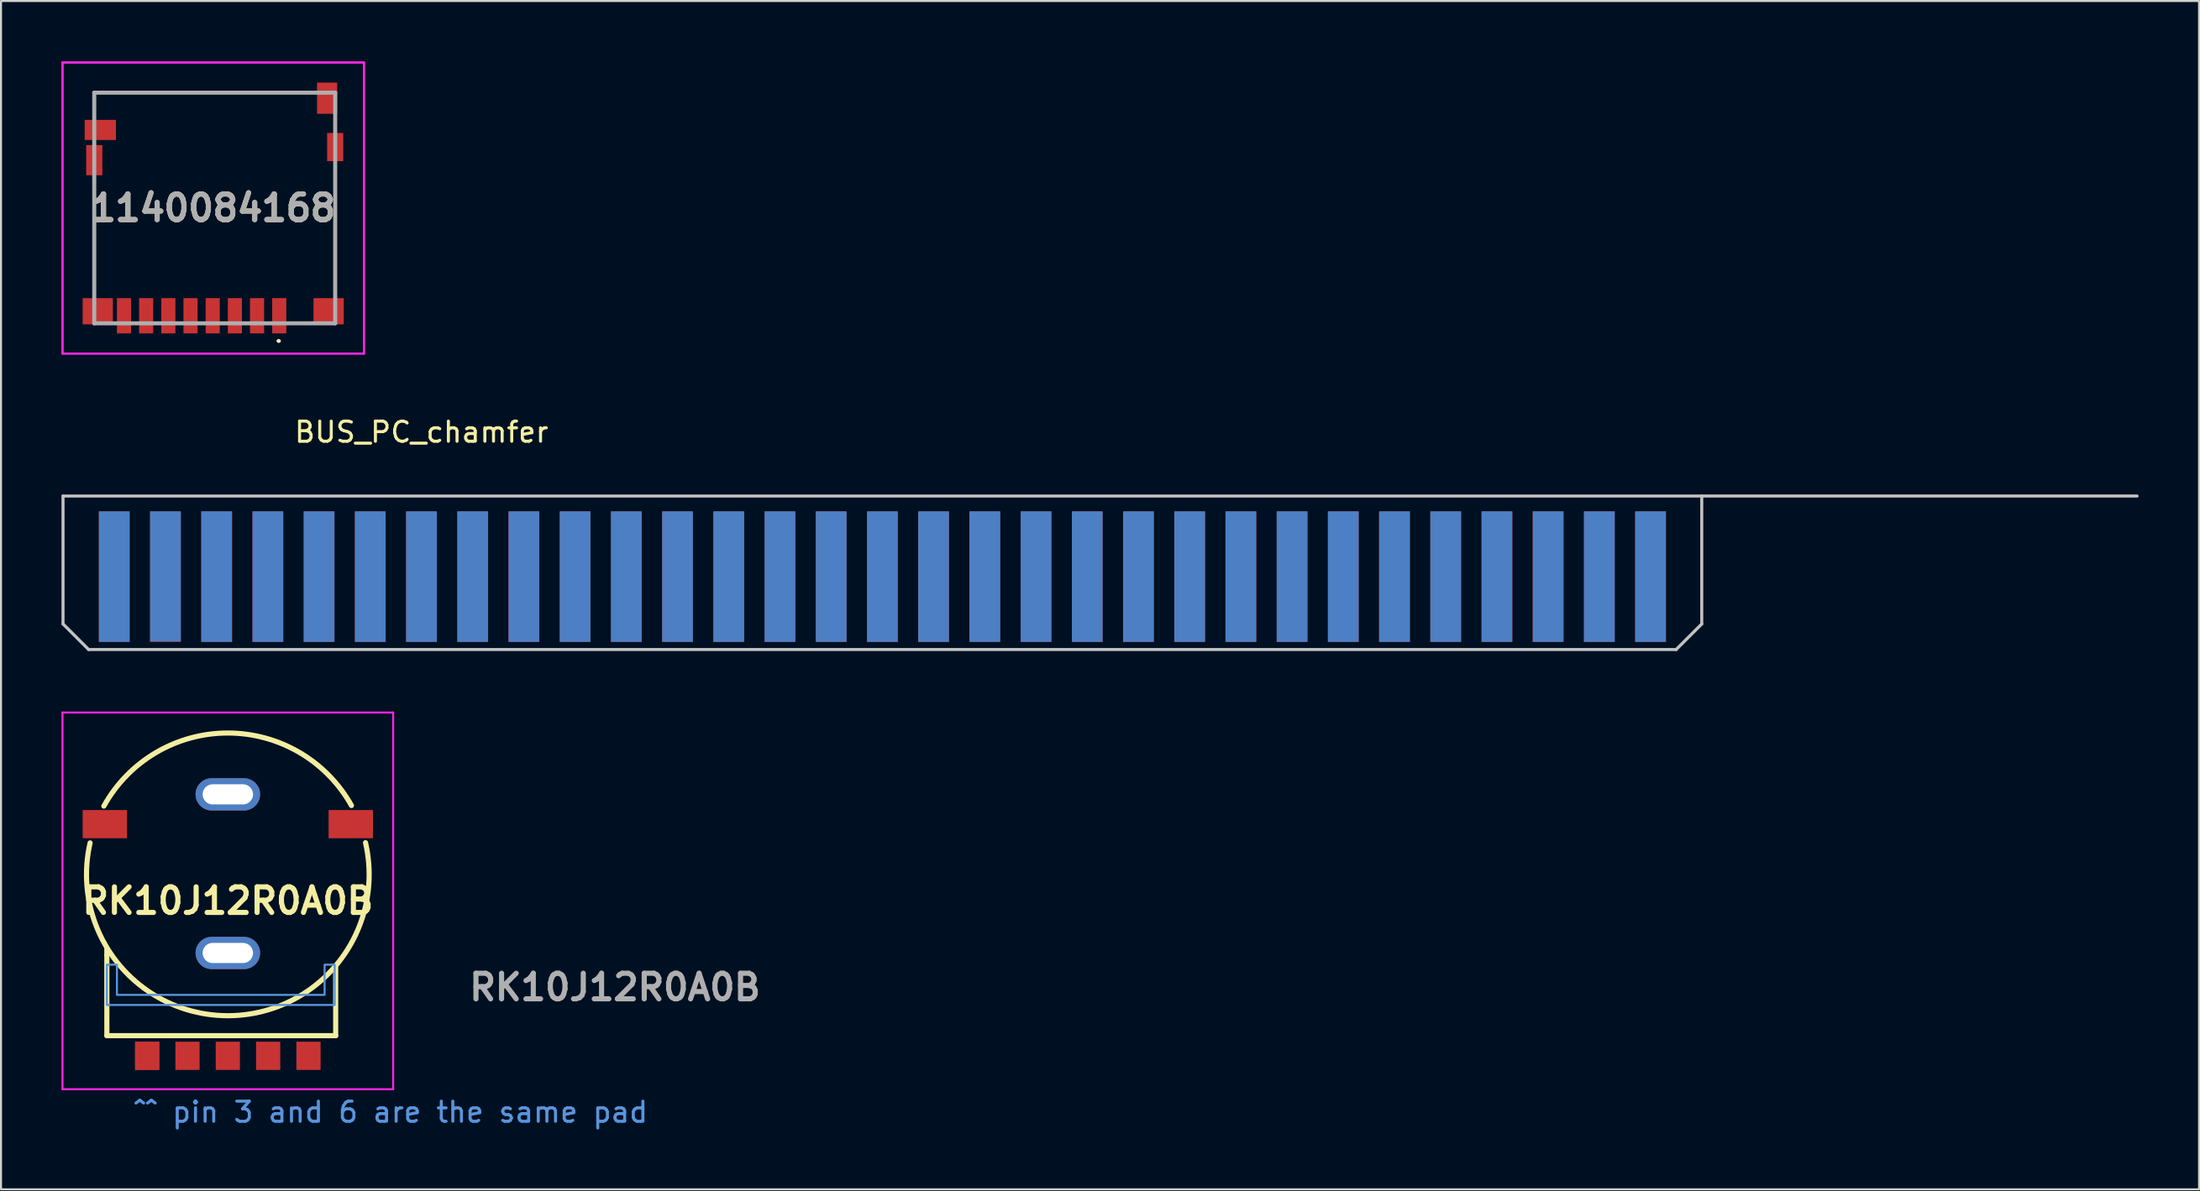
<source format=kicad_pcb>
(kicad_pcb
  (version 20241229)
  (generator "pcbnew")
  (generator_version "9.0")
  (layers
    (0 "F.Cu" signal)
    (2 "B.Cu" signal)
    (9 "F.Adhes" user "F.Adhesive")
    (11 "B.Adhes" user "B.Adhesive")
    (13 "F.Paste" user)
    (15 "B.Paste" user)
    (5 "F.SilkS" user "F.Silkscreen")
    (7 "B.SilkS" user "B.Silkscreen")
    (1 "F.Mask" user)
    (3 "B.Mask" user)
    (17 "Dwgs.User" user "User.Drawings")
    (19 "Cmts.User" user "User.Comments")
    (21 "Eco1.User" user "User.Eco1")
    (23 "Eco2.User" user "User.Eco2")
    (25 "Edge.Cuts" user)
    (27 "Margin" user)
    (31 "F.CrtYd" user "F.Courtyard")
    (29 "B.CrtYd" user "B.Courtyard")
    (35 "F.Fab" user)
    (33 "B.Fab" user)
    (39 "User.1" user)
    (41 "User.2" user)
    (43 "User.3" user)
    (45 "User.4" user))
  (footprint "BUS_PC_chamfer"
    (layer "F.Cu")
    (at 40.716 25.383)
    (property "Reference" "BUS_PC_chamfer" (at -22.86 -6.985 0) (layer "F.SilkS") (effects (font (size 1 1) (thickness 0.15))))
    (attr through_hole)
    (fp_line (start -40.64 -3.81) (end 40.64 -3.81) (stroke (width 0.15) (type solid)) (layer "Dwgs.User"))
    (fp_line (start -40.64 2.54) (end -40.64 -3.81) (stroke (width 0.15) (type solid)) (layer "Dwgs.User"))
    (fp_line (start -39.37 3.81) (end -40.64 2.54) (stroke (width 0.152) (type solid)) (layer "Dwgs.User"))
    (fp_line (start 39.37 3.81) (end -39.37 3.81) (stroke (width 0.15) (type solid)) (layer "Dwgs.User"))
    (fp_line (start 40.64 -3.81) (end 40.64 2.54) (stroke (width 0.15) (type solid)) (layer "Dwgs.User"))
    (fp_line (start 40.64 2.54) (end 39.37 3.81) (stroke (width 0.152) (type solid)) (layer "Dwgs.User"))
    (fp_line (start 62.23 -3.81) (end 40.64 -3.81) (stroke (width 0.152) (type solid)) (layer "Dwgs.User"))
    (pad "1" connect rect (at 38.1 0.191) (size 1.524 6.478) (layers "B.Cu" "B.Mask"))
    (pad "2" connect rect (at 35.56 0.191) (size 1.524 6.478) (layers "B.Cu" "B.Mask"))
    (pad "3" connect rect (at 33.02 0.191) (size 1.524 6.478) (layers "B.Cu" "B.Mask"))
    (pad "4" connect rect (at 30.48 0.191) (size 1.524 6.478) (layers "B.Cu" "B.Mask"))
    (pad "5" connect rect (at 27.94 0.191) (size 1.524 6.478) (layers "B.Cu" "B.Mask"))
    (pad "6" connect rect (at 25.4 0.191) (size 1.524 6.478) (layers "B.Cu" "B.Mask"))
    (pad "7" connect rect (at 22.86 0.191) (size 1.524 6.478) (layers "B.Cu" "B.Mask"))
    (pad "8" connect rect (at 20.32 0.191) (size 1.524 6.478) (layers "B.Cu" "B.Mask"))
    (pad "9" connect rect (at 17.78 0.191) (size 1.524 6.478) (layers "B.Cu" "B.Mask"))
    (pad "10" connect rect (at 15.24 0.191) (size 1.524 6.478) (layers "B.Cu" "B.Mask"))
    (pad "11" connect rect (at 12.7 0.191) (size 1.524 6.478) (layers "B.Cu" "B.Mask"))
    (pad "12" connect rect (at 10.16 0.191) (size 1.524 6.478) (layers "B.Cu" "B.Mask"))
    (pad "13" connect rect (at 7.62 0.191) (size 1.524 6.478) (layers "B.Cu" "B.Mask"))
    (pad "14" connect rect (at 5.08 0.191) (size 1.524 6.478) (layers "B.Cu" "B.Mask"))
    (pad "15" connect rect (at 2.54 0.191) (size 1.524 6.478) (layers "B.Cu" "B.Mask"))
    (pad "16" connect rect (at 0 0.191) (size 1.524 6.478) (layers "B.Cu" "B.Mask"))
    (pad "17" connect rect (at -2.54 0.191) (size 1.524 6.478) (layers "B.Cu" "B.Mask"))
    (pad "18" connect rect (at -5.08 0.191) (size 1.524 6.478) (layers "B.Cu" "B.Mask"))
    (pad "19" connect rect (at -7.62 0.191) (size 1.524 6.478) (layers "B.Cu" "B.Mask"))
    (pad "20" connect rect (at -10.16 0.191) (size 1.524 6.478) (layers "B.Cu" "B.Mask"))
    (pad "21" connect rect (at -12.7 0.191) (size 1.524 6.478) (layers "B.Cu" "B.Mask"))
    (pad "22" connect rect (at -15.24 0.191) (size 1.524 6.478) (layers "B.Cu" "B.Mask"))
    (pad "23" connect rect (at -17.78 0.191) (size 1.524 6.478) (layers "B.Cu" "B.Mask"))
    (pad "24" connect rect (at -20.32 0.191) (size 1.524 6.478) (layers "B.Cu" "B.Mask"))
    (pad "25" connect rect (at -22.86 0.191) (size 1.524 6.478) (layers "B.Cu" "B.Mask"))
    (pad "26" connect rect (at -25.4 0.191) (size 1.524 6.478) (layers "B.Cu" "B.Mask"))
    (pad "27" connect rect (at -27.94 0.191) (size 1.524 6.478) (layers "B.Cu" "B.Mask"))
    (pad "28" connect rect (at -30.48 0.191) (size 1.524 6.478) (layers "B.Cu" "B.Mask"))
    (pad "29" connect rect (at -33.02 0.191) (size 1.524 6.478) (layers "B.Cu" "B.Mask"))
    (pad "30" connect rect (at -35.56 0.181) (size 1.524 6.458) (layers "B.Cu" "B.Mask"))
    (pad "31" connect rect (at -38.1 0.191) (size 1.524 6.478) (layers "B.Cu" "B.Mask"))
    (pad "32" connect rect (at 38.1 0.191) (size 1.524 6.478) (layers "F.Cu" "F.Mask"))
    (pad "33" connect rect (at 35.56 0.191) (size 1.524 6.478) (layers "F.Cu" "F.Mask"))
    (pad "34" connect rect (at 33.02 0.191) (size 1.524 6.478) (layers "F.Cu" "F.Mask"))
    (pad "35" connect rect (at 30.48 0.191) (size 1.524 6.478) (layers "F.Cu" "F.Mask"))
    (pad "36" connect rect (at 27.94 0.191) (size 1.524 6.478) (layers "F.Cu" "F.Mask"))
    (pad "37" connect rect (at 25.4 0.191) (size 1.524 6.478) (layers "F.Cu" "F.Mask"))
    (pad "38" connect rect (at 22.86 0.191) (size 1.524 6.478) (layers "F.Cu" "F.Mask"))
    (pad "39" connect rect (at 20.32 0.191) (size 1.524 6.478) (layers "F.Cu" "F.Mask"))
    (pad "40" connect rect (at 17.78 0.191) (size 1.524 6.478) (layers "F.Cu" "F.Mask"))
    (pad "41" connect rect (at 15.24 0.191) (size 1.524 6.478) (layers "F.Cu" "F.Mask"))
    (pad "42" connect rect (at 12.7 0.191) (size 1.524 6.478) (layers "F.Cu" "F.Mask"))
    (pad "43" connect rect (at 10.16 0.191) (size 1.524 6.478) (layers "F.Cu" "F.Mask"))
    (pad "44" connect rect (at 7.62 0.191) (size 1.524 6.478) (layers "F.Cu" "F.Mask"))
    (pad "45" connect rect (at 5.08 0.191) (size 1.524 6.478) (layers "F.Cu" "F.Mask"))
    (pad "46" connect rect (at 2.54 0.191) (size 1.524 6.478) (layers "F.Cu" "F.Mask"))
    (pad "47" connect rect (at 0 0.191) (size 1.524 6.478) (layers "F.Cu" "F.Mask"))
    (pad "48" connect rect (at -2.54 0.191) (size 1.524 6.478) (layers "F.Cu" "F.Mask"))
    (pad "49" connect rect (at -5.08 0.191) (size 1.524 6.478) (layers "F.Cu" "F.Mask"))
    (pad "50" connect rect (at -7.62 0.191) (size 1.524 6.478) (layers "F.Cu" "F.Mask"))
    (pad "51" connect rect (at -10.16 0.191) (size 1.524 6.478) (layers "F.Cu" "F.Mask"))
    (pad "52" connect rect (at -12.7 0.191) (size 1.524 6.478) (layers "F.Cu" "F.Mask"))
    (pad "53" connect rect (at -15.24 0.191) (size 1.524 6.478) (layers "F.Cu" "F.Mask"))
    (pad "54" connect rect (at -17.78 0.191) (size 1.524 6.478) (layers "F.Cu" "F.Mask"))
    (pad "55" connect rect (at -20.32 0.191) (size 1.524 6.478) (layers "F.Cu" "F.Mask"))
    (pad "56" connect rect (at -22.86 0.191) (size 1.524 6.478) (layers "F.Cu" "F.Mask"))
    (pad "57" connect rect (at -25.4 0.191) (size 1.524 6.478) (layers "F.Cu" "F.Mask"))
    (pad "58" connect rect (at -27.94 0.191) (size 1.524 6.478) (layers "F.Cu" "F.Mask"))
    (pad "59" connect rect (at -30.48 0.191) (size 1.524 6.478) (layers "F.Cu" "F.Mask"))
    (pad "60" connect rect (at -33.02 0.191) (size 1.524 6.478) (layers "F.Cu" "F.Mask"))
    (pad "61" connect rect (at -35.56 0.191) (size 1.524 6.478) (layers "F.Cu" "F.Mask"))
    (pad "62" connect rect (at -38.1 0.191) (size 1.524 6.478) (layers "F.Cu" "F.Mask")))
  (footprint "1140084168"
    (layer "F.Cu")
    (at 7.525 7.275)
    (property "Reference" "1140084168" (at 0 0 0) (layer "F.SilkS") (effects (font (size 1.27 1.27) (thickness 0.254))))
    (attr smd)
    (fp_line (start -5.9 -5.725) (end 4.175 -5.725) (stroke (width 0.1) (type solid)) (layer "F.SilkS"))
    (fp_line (start -5.9 -5.025) (end -5.9 -5.725) (stroke (width 0.1) (type solid)) (layer "F.SilkS"))
    (fp_line (start -5.9 -1.025) (end -5.9 3.975) (stroke (width 0.1) (type solid)) (layer "F.SilkS"))
    (fp_line (start 3.2 6.6) (end 3.2 6.6) (stroke (width 0.1) (type solid)) (layer "F.SilkS"))
    (fp_line (start 3.3 6.6) (end 3.3 6.6) (stroke (width 0.1) (type solid)) (layer "F.SilkS"))
    (fp_line (start 6.05 -2.025) (end 6.05 3.975) (stroke (width 0.1) (type solid)) (layer "F.SilkS"))
    (fp_arc (start 3.2 6.6) (mid 3.25 6.55) (end 3.3 6.6) (stroke (width 0.1) (type solid)) (layer "F.SilkS"))
    (fp_arc (start 3.3 6.6) (mid 3.25 6.65) (end 3.2 6.6) (stroke (width 0.1) (type solid)) (layer "F.SilkS"))
    (fp_line (start -7.475 -7.225) (end 7.475 -7.225) (stroke (width 0.1) (type solid)) (layer "F.CrtYd"))
    (fp_line (start -7.475 -7.225) (end 7.475 -7.225) (stroke (width 0.1) (type solid)) (layer "F.CrtYd"))
    (fp_line (start -7.475 7.225) (end -7.475 -7.225) (stroke (width 0.1) (type solid)) (layer "F.CrtYd"))
    (fp_line (start -7.475 7.225) (end -7.475 -7.225) (stroke (width 0.1) (type solid)) (layer "F.CrtYd"))
    (fp_line (start 7.475 -7.225) (end 7.475 7.225) (stroke (width 0.1) (type solid)) (layer "F.CrtYd"))
    (fp_line (start 7.475 -7.225) (end 7.475 7.225) (stroke (width 0.1) (type solid)) (layer "F.CrtYd"))
    (fp_line (start 7.475 7.225) (end -7.475 7.225) (stroke (width 0.1) (type solid)) (layer "F.CrtYd"))
    (fp_line (start 7.475 7.225) (end -7.475 7.225) (stroke (width 0.1) (type solid)) (layer "F.CrtYd"))
    (fp_line (start -5.9 -5.725) (end 6.05 -5.725) (stroke (width 0.2) (type solid)) (layer "F.Fab"))
    (fp_line (start -5.9 5.725) (end -5.9 -5.725) (stroke (width 0.2) (type solid)) (layer "F.Fab"))
    (fp_line (start 6.05 -5.725) (end 6.05 5.725) (stroke (width 0.2) (type solid)) (layer "F.Fab"))
    (fp_line (start 6.05 5.725) (end -5.9 5.725) (stroke (width 0.2) (type solid)) (layer "F.Fab"))
    (fp_text user "${REFERENCE}" (at 0 0 0) (layer "F.Fab") (effects (font (size 1.27 1.27) (thickness 0.254))))
    (pad "1" smd rect (at 3.275 5.35) (size 0.7 1.75) (layers "F.Cu" "F.Mask" "F.Paste"))
    (pad "2" smd rect (at 2.175 5.35) (size 0.7 1.75) (layers "F.Cu" "F.Mask" "F.Paste"))
    (pad "3" smd rect (at 1.075 5.35) (size 0.7 1.75) (layers "F.Cu" "F.Mask" "F.Paste"))
    (pad "4" smd rect (at -0.025 5.35) (size 0.7 1.75) (layers "F.Cu" "F.Mask" "F.Paste"))
    (pad "5" smd rect (at -1.125 5.35) (size 0.7 1.75) (layers "F.Cu" "F.Mask" "F.Paste"))
    (pad "6" smd rect (at -2.225 5.35) (size 0.7 1.75) (layers "F.Cu" "F.Mask" "F.Paste"))
    (pad "7" smd rect (at -3.325 5.35) (size 0.7 1.75) (layers "F.Cu" "F.Mask" "F.Paste"))
    (pad "8" smd rect (at -4.425 5.35) (size 0.7 1.75) (layers "F.Cu" "F.Mask" "F.Paste"))
    (pad "9" smd rect (at -5.725 5.125 90) (size 1.3 1.5) (layers "F.Cu" "F.Mask" "F.Paste"))
    (pad "10" smd rect (at 5.725 5.125 90) (size 1.3 1.5) (layers "F.Cu" "F.Mask" "F.Paste"))
    (pad "11" smd rect (at -5.9 -2.375) (size 0.8 1.5) (layers "F.Cu" "F.Mask" "F.Paste"))
    (pad "12" smd rect (at 6.05 -3.025) (size 0.8 1.4) (layers "F.Cu" "F.Mask" "F.Paste"))
    (pad "CD1" smd rect (at -5.6 -3.875 90) (size 1 1.55) (layers "F.Cu" "F.Mask" "F.Paste"))
    (pad "CD2" smd rect (at 5.65 -5.45) (size 1 1.55) (layers "F.Cu" "F.Mask" "F.Paste")))
  (footprint "RK10J12R0A0B"
    (layer "F.Cu")
    (at 8.25 40.319)
    (property "Reference" "RK10J12R0A0B" (at 0 1.35 0) (layer "F.SilkS") (effects (font (size 1.27 1.27) (thickness 0.254))))
    (attr through_hole)
    (fp_line (start -6 4.042) (end -6 3.742) (stroke (width 0.254) (type solid)) (layer "F.SilkS"))
    (fp_line (start -6 8.042) (end -6 4.042) (stroke (width 0.254) (type solid)) (layer "F.SilkS"))
    (fp_line (start 5.35 8.042) (end -6 8.042) (stroke (width 0.254) (type solid)) (layer "F.SilkS"))
    (fp_line (start 5.35 8.042) (end 5.35 4.642) (stroke (width 0.254) (type solid)) (layer "F.SilkS"))
    (fp_arc (start -6.149 -3.3532) (mid -0.016848 -6.982155) (end 6.132643 -3.382659) (stroke (width 0.254) (type solid)) (layer "F.SilkS"))
    (fp_arc (start 6.829 -1.5392) (mid 0.005879 7.05142) (end -6.831642 -1.527743) (stroke (width 0.254) (type solid)) (layer "F.SilkS"))
    (fp_poly (pts (xy -5 -3.158) (xy -5 -1.758) (xy -7.2 -1.758) (xy -7.2 -3.158)) (stroke (width 0) (type solid)) (fill yes) (layer "F.Paste"))
    (fp_poly (pts (xy -4.6 9.742) (xy -4.6 8.342) (xy -3.4 8.342) (xy -3.4 9.742)) (stroke (width 0) (type solid)) (fill yes) (layer "F.Paste"))
    (fp_poly (pts (xy -2.6 9.742) (xy -2.6 8.342) (xy -1.4 8.342) (xy -1.4 9.742)) (stroke (width 0) (type solid)) (fill yes) (layer "F.Paste"))
    (fp_poly (pts (xy -0.6 9.742) (xy -0.6 8.342) (xy 0.6 8.342) (xy 0.6 9.742)) (stroke (width 0) (type solid)) (fill yes) (layer "F.Paste"))
    (fp_poly (pts (xy 1.4 9.742) (xy 1.4 8.342) (xy 2.6 8.342) (xy 2.6 9.742)) (stroke (width 0) (type solid)) (fill yes) (layer "F.Paste"))
    (fp_poly (pts (xy 3.4 9.742) (xy 3.4 8.342) (xy 4.6 8.342) (xy 4.6 9.742)) (stroke (width 0) (type solid)) (fill yes) (layer "F.Paste"))
    (fp_poly (pts (xy 7.2 -3.158) (xy 7.2 -1.758) (xy 5 -1.758) (xy 5 -3.158)) (stroke (width 0) (type solid)) (fill yes) (layer "F.Paste"))
    (fp_poly (pts (xy -6 4.516) (xy -6 6.516) (xy 5.3 6.516) (xy 5.3 4.516) (xy 4.8 4.516) (xy 4.8 6.016) (xy -5.5 6.016) (xy -5.5 4.516)) (stroke (width 0.1) (type solid)) (fill no) (layer "Cmts.User"))
    (fp_line (start -8.2 -8) (end 8.2 -8) (stroke (width 0.1) (type solid)) (layer "F.CrtYd"))
    (fp_line (start -8.2 10.7) (end -8.2 -8) (stroke (width 0.1) (type solid)) (layer "F.CrtYd"))
    (fp_line (start 8.2 -8) (end 8.2 10.7) (stroke (width 0.1) (type solid)) (layer "F.CrtYd"))
    (fp_line (start 8.2 10.7) (end -8.2 10.7) (stroke (width 0.1) (type solid)) (layer "F.CrtYd"))
    (fp_text user "^^ pin 3 and 6 are the same pad" (at -4.75 12.421 0) (unlocked yes) (layer "Cmts.User") (effects (font (size 1 1) (thickness 0.15)) (justify left bottom)))
    (fp_text user "${REFERENCE}" (at 19.202 5.639 0) (layer "F.Fab") (effects (font (size 1.27 1.27) (thickness 0.254))))
    (pad "1" smd rect (at 2 9.042 90) (size 1.4 1.2) (layers "F.Cu" "F.Mask" "F.Paste"))
    (pad "2" smd rect (at 0 9.042 90) (size 1.4 1.2) (layers "F.Cu" "F.Mask" "F.Paste"))
    (pad "3" smd rect (at -4 9.042 90) (size 1.4 1.2) (layers "F.Cu" "F.Mask" "F.Paste"))
    (pad "4" smd rect (at 4 9.042 90) (size 1.4 1.2) (layers "F.Cu" "F.Mask" "F.Paste"))
    (pad "5" smd rect (at -2 9.042 90) (size 1.4 1.2) (layers "F.Cu" "F.Mask" "F.Paste"))
    (pad "6" smd rect (at -4 9.042 90) (size 1.4 1.2) (layers "F.Cu" "F.Mask" "F.Paste"))
    (pad "MP" smd rect (at -6.1 -2.458 270) (size 1.4 2.2) (layers "F.Cu" "F.Mask" "F.Paste"))
    (pad "MP" thru_hole oval (at 0 -3.937 270) (size 1.6 3.2) (drill oval 1 2.5) (layers "*.Cu" "*.Mask"))
    (pad "MP" thru_hole oval (at 0 3.937 270) (size 1.6 3.2) (drill oval 1 2.5) (layers "*.Cu" "*.Mask"))
    (pad "MP" smd rect (at 6.1 -2.458 270) (size 1.4 2.2) (layers "F.Cu" "F.Mask" "F.Paste")))
  (gr_rect
    (start -3 -3)
    (end 106.022 55.987)
    (stroke (width 0.1) (type default))
    (fill no)
    (layer "Edge.Cuts")))
</source>
